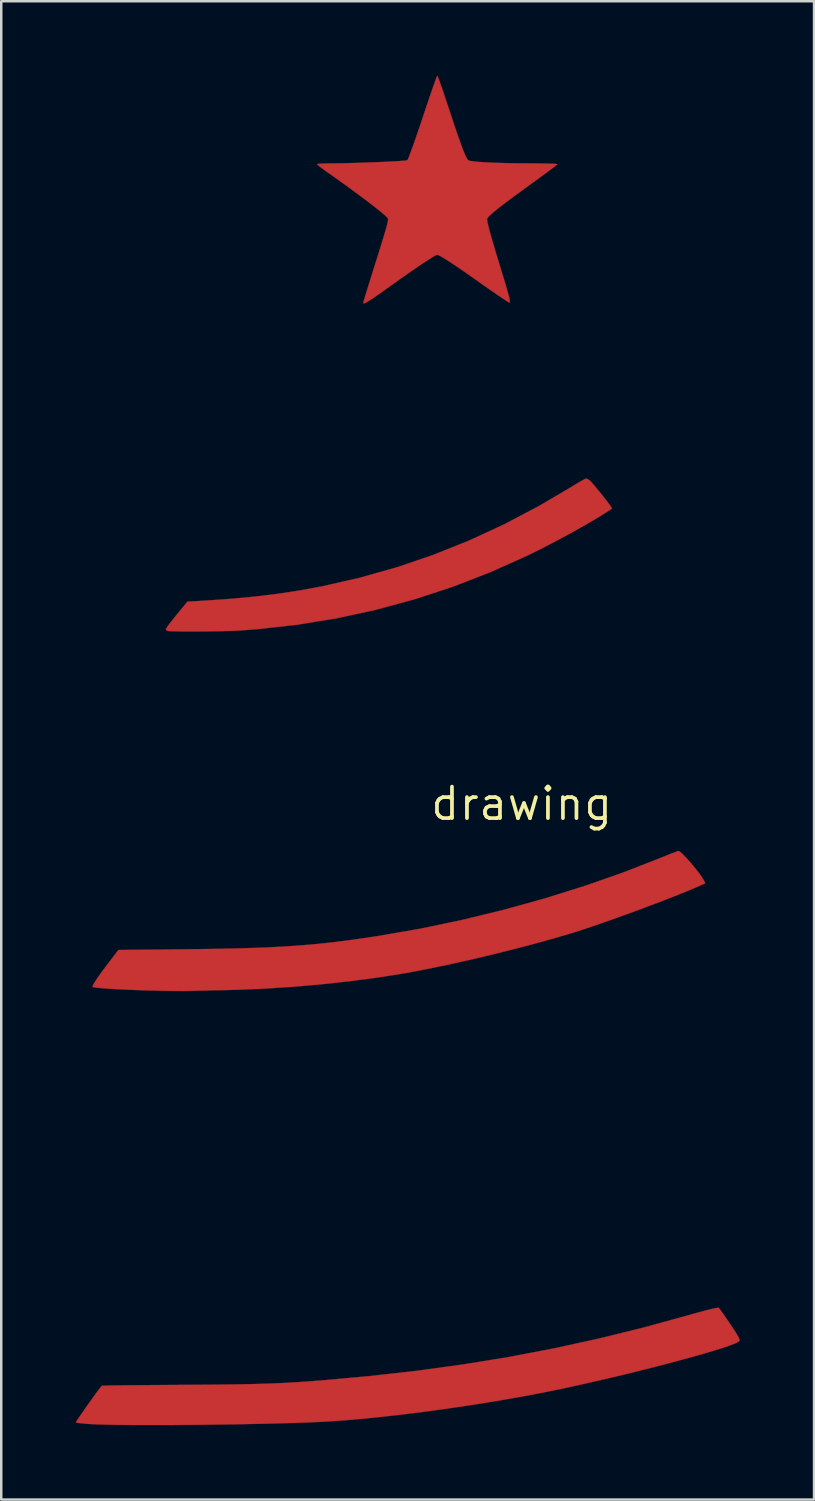
<source format=kicad_pcb>
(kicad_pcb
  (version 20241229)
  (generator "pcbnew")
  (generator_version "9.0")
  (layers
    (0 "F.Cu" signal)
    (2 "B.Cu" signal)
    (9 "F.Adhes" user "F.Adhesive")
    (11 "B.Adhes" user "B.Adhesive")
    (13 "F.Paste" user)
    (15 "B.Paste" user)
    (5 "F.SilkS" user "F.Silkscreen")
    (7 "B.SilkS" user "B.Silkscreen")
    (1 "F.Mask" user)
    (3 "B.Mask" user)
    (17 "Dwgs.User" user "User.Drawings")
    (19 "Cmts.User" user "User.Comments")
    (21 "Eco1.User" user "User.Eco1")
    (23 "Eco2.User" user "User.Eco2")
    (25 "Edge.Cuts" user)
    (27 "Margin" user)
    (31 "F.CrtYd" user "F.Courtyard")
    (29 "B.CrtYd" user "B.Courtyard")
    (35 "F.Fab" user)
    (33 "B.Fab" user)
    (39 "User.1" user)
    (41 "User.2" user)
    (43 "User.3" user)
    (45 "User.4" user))
  (footprint "drawing"
    (layer "F.Cu")
    (at 17.989 29.363)
    (property "Reference" "drawing" (at 0 0 0) (layer "F.SilkS") (effects (font (size 1.27 1.27) (thickness 0.15))))
    (attr through_hole)
    (fp_poly (pts (xy 2.656 -13.096) (xy 2.748 -13.037) (xy 2.755 -13.031) (xy 2.824 -12.957) (xy 2.931 -12.833) (xy 3.061 -12.676) (xy 3.202 -12.503) (xy 3.339 -12.33) (xy 3.458 -12.174) (xy 3.547 -12.054) (xy 3.572 -12.017) (xy 3.644 -11.905) (xy 3.357 -11.718) (xy 3.1 -11.556) (xy 2.781 -11.367) (xy 2.414 -11.157) (xy 2.015 -10.934) (xy 1.597 -10.707) (xy 1.175 -10.484) (xy 0.764 -10.272) (xy 0.378 -10.08) (xy 0.233 -10.009) (xy -1.258 -9.341) (xy -2.774 -8.753) (xy -4.314 -8.247) (xy -5.878 -7.822) (xy -7.464 -7.478) (xy -9.072 -7.216) (xy -10.701 -7.036) (xy -11.366 -6.986) (xy -11.563 -6.976) (xy -11.81 -6.967) (xy -12.093 -6.96) (xy -12.4 -6.954) (xy -12.72 -6.95) (xy -13.04 -6.947) (xy -13.349 -6.946) (xy -13.634 -6.947) (xy -13.883 -6.95) (xy -14.084 -6.955) (xy -14.226 -6.961) (xy -14.296 -6.97) (xy -14.298 -6.971) (xy -14.347 -7.022) (xy -14.351 -7.041) (xy -14.325 -7.089) (xy -14.254 -7.19) (xy -14.146 -7.332) (xy -14.012 -7.501) (xy -13.916 -7.62) (xy -13.482 -8.149) (xy -12.636 -8.2) (xy -11.636 -8.271) (xy -10.7 -8.36) (xy -9.807 -8.47) (xy -8.939 -8.604) (xy -8.074 -8.764) (xy -8.065 -8.765) (xy -6.532 -9.113) (xy -5.032 -9.536) (xy -3.561 -10.037) (xy -2.116 -10.616) (xy -0.693 -11.275) (xy 0.711 -12.016) (xy 1.859 -12.691) (xy 2.073 -12.821) (xy 2.265 -12.936) (xy 2.422 -13.027) (xy 2.532 -13.088) (xy 2.58 -13.111) (xy 2.656 -13.096)) (stroke (width 0.01) (type solid)) (fill yes) (layer "F.Cu"))
    (fp_poly (pts (xy 6.385 1.937) (xy 6.484 2.024) (xy 6.611 2.154) (xy 6.756 2.314) (xy 6.907 2.491) (xy 7.054 2.673) (xy 7.186 2.846) (xy 7.29 2.998) (xy 7.347 3.095) (xy 7.406 3.209) (xy 7.016 3.38) (xy 6.69 3.517) (xy 6.297 3.676) (xy 5.852 3.851) (xy 5.369 4.036) (xy 4.861 4.227) (xy 4.342 4.418) (xy 3.826 4.604) (xy 3.328 4.781) (xy 2.861 4.942) (xy 2.44 5.083) (xy 2.077 5.199) (xy 2.011 5.22) (xy 1.301 5.428) (xy 0.536 5.64) (xy -0.268 5.852) (xy -1.094 6.058) (xy -1.923 6.256) (xy -2.74 6.44) (xy -3.526 6.607) (xy -4.264 6.753) (xy -4.847 6.858) (xy -5.867 7.018) (xy -6.948 7.159) (xy -8.065 7.281) (xy -9.195 7.38) (xy -10.316 7.454) (xy -11.404 7.502) (xy -11.917 7.515) (xy -12.244 7.521) (xy -12.565 7.528) (xy -12.863 7.535) (xy -13.122 7.541) (xy -13.327 7.546) (xy -13.441 7.549) (xy -13.587 7.552) (xy -13.801 7.551) (xy -14.069 7.549) (xy -14.374 7.545) (xy -14.7 7.538) (xy -15.007 7.531) (xy -15.388 7.519) (xy -15.76 7.505) (xy -16.113 7.489) (xy -16.439 7.472) (xy -16.727 7.454) (xy -16.968 7.436) (xy -17.151 7.418) (xy -17.267 7.401) (xy -17.305 7.389) (xy -17.298 7.338) (xy -17.239 7.226) (xy -17.13 7.057) (xy -16.975 6.836) (xy -16.775 6.566) (xy -16.687 6.45) (xy -16.264 5.898) (xy -13.688 5.871) (xy -12.85 5.861) (xy -12.086 5.848) (xy -11.389 5.832) (xy -10.748 5.813) (xy -10.155 5.789) (xy -9.6 5.76) (xy -9.073 5.725) (xy -8.566 5.685) (xy -8.068 5.637) (xy -7.572 5.582) (xy -7.066 5.518) (xy -6.543 5.446) (xy -5.992 5.365) (xy -5.779 5.332) (xy -4.109 5.043) (xy -2.428 4.692) (xy -0.75 4.285) (xy 0.91 3.825) (xy 2.539 3.316) (xy 4.121 2.763) (xy 5.641 2.168) (xy 5.71 2.14) (xy 5.915 2.056) (xy 6.094 1.986) (xy 6.231 1.934) (xy 6.312 1.907) (xy 6.325 1.905) (xy 6.385 1.937)) (stroke (width 0.01) (type solid)) (fill yes) (layer "F.Cu"))
    (fp_poly (pts (xy 7.944 20.329) (xy 7.983 20.375) (xy 8.06 20.479) (xy 8.166 20.629) (xy 8.294 20.814) (xy 8.407 20.982) (xy 8.561 21.213) (xy 8.671 21.386) (xy 8.741 21.509) (xy 8.778 21.592) (xy 8.785 21.645) (xy 8.778 21.667) (xy 8.713 21.715) (xy 8.572 21.78) (xy 8.36 21.859) (xy 8.085 21.952) (xy 7.752 22.056) (xy 7.367 22.17) (xy 6.937 22.292) (xy 6.468 22.421) (xy 5.966 22.556) (xy 5.438 22.693) (xy 4.889 22.832) (xy 4.326 22.972) (xy 3.755 23.11) (xy 3.182 23.244) (xy 2.614 23.374) (xy 2.057 23.498) (xy 1.517 23.613) (xy 1 23.719) (xy 0.96 23.727) (xy 0.077 23.895) (xy -0.84 24.057) (xy -1.776 24.21) (xy -2.72 24.353) (xy -3.661 24.485) (xy -4.586 24.604) (xy -5.482 24.708) (xy -6.339 24.796) (xy -7.143 24.866) (xy -7.883 24.917) (xy -8.191 24.933) (xy -8.653 24.952) (xy -9.164 24.97) (xy -9.716 24.986) (xy -10.3 25.001) (xy -10.909 25.014) (xy -11.536 25.026) (xy -12.171 25.035) (xy -12.808 25.043) (xy -13.439 25.049) (xy -14.054 25.054) (xy -14.648 25.056) (xy -15.211 25.056) (xy -15.735 25.054) (xy -16.214 25.049) (xy -16.638 25.043) (xy -17 25.034) (xy -17.293 25.022) (xy -17.483 25.011) (xy -17.676 24.994) (xy -17.835 24.978) (xy -17.944 24.965) (xy -17.984 24.956) (xy -17.965 24.919) (xy -17.905 24.826) (xy -17.812 24.689) (xy -17.696 24.521) (xy -17.564 24.332) (xy -17.425 24.137) (xy -17.289 23.946) (xy -17.163 23.772) (xy -17.057 23.628) (xy -16.978 23.525) (xy -16.936 23.476) (xy -16.934 23.474) (xy -16.887 23.471) (xy -16.763 23.467) (xy -16.567 23.463) (xy -16.306 23.459) (xy -15.987 23.455) (xy -15.616 23.451) (xy -15.2 23.447) (xy -14.746 23.444) (xy -14.261 23.44) (xy -13.75 23.437) (xy -13.71 23.437) (xy -13.006 23.433) (xy -12.376 23.428) (xy -11.812 23.421) (xy -11.305 23.413) (xy -10.844 23.404) (xy -10.421 23.392) (xy -10.026 23.378) (xy -9.65 23.362) (xy -9.282 23.342) (xy -8.915 23.319) (xy -8.538 23.293) (xy -8.141 23.262) (xy -8.128 23.261) (xy -6.134 23.082) (xy -4.205 22.865) (xy -2.328 22.607) (xy -0.491 22.307) (xy 1.318 21.961) (xy 3.111 21.569) (xy 4.901 21.127) (xy 6.668 20.643) (xy 7.04 20.538) (xy 7.356 20.452) (xy 7.609 20.388) (xy 7.795 20.345) (xy 7.909 20.327) (xy 7.944 20.329)) (stroke (width 0.01) (type solid)) (fill yes) (layer "F.Cu"))
    (fp_poly (pts (xy -3.384 -29.32) (xy -3.341 -29.211) (xy -3.28 -29.042) (xy -3.203 -28.822) (xy -3.116 -28.564) (xy -3.02 -28.276) (xy -3.007 -28.236) (xy -2.836 -27.719) (xy -2.689 -27.278) (xy -2.562 -26.909) (xy -2.454 -26.607) (xy -2.365 -26.367) (xy -2.291 -26.186) (xy -2.231 -26.058) (xy -2.184 -25.979) (xy -2.15 -25.946) (xy -2.064 -25.922) (xy -1.9 -25.9) (xy -1.669 -25.88) (xy -1.378 -25.862) (xy -1.036 -25.847) (xy -0.65 -25.836) (xy -0.23 -25.828) (xy 0.217 -25.825) (xy 0.307 -25.824) (xy 0.607 -25.823) (xy 0.876 -25.82) (xy 1.105 -25.814) (xy 1.282 -25.808) (xy 1.397 -25.8) (xy 1.438 -25.792) (xy 1.438 -25.792) (xy 1.405 -25.76) (xy 1.311 -25.685) (xy 1.166 -25.574) (xy 0.978 -25.434) (xy 0.755 -25.27) (xy 0.507 -25.09) (xy 0.454 -25.051) (xy 0.015 -24.733) (xy -0.358 -24.46) (xy -0.667 -24.228) (xy -0.917 -24.036) (xy -1.11 -23.88) (xy -1.251 -23.757) (xy -1.343 -23.665) (xy -1.39 -23.6) (xy -1.397 -23.574) (xy -1.388 -23.489) (xy -1.359 -23.351) (xy -1.31 -23.156) (xy -1.24 -22.899) (xy -1.146 -22.575) (xy -1.028 -22.181) (xy -0.885 -21.711) (xy -0.872 -21.667) (xy -0.751 -21.273) (xy -0.655 -20.954) (xy -0.581 -20.701) (xy -0.528 -20.509) (xy -0.493 -20.37) (xy -0.477 -20.279) (xy -0.476 -20.227) (xy -0.489 -20.208) (xy -0.513 -20.215) (xy -0.628 -20.287) (xy -0.802 -20.402) (xy -1.023 -20.552) (xy -1.28 -20.729) (xy -1.563 -20.927) (xy -1.86 -21.138) (xy -1.905 -21.169) (xy -2.214 -21.387) (xy -2.505 -21.587) (xy -2.769 -21.765) (xy -2.998 -21.914) (xy -3.185 -22.029) (xy -3.321 -22.106) (xy -3.398 -22.139) (xy -3.406 -22.14) (xy -3.468 -22.116) (xy -3.591 -22.046) (xy -3.77 -21.934) (xy -3.998 -21.784) (xy -4.268 -21.602) (xy -4.575 -21.39) (xy -4.911 -21.154) (xy -5.237 -20.922) (xy -5.561 -20.691) (xy -5.823 -20.507) (xy -6.028 -20.367) (xy -6.181 -20.268) (xy -6.289 -20.206) (xy -6.356 -20.177) (xy -6.388 -20.179) (xy -6.392 -20.192) (xy -6.38 -20.242) (xy -6.345 -20.363) (xy -6.29 -20.544) (xy -6.219 -20.775) (xy -6.135 -21.046) (xy -6.04 -21.347) (xy -5.994 -21.495) (xy -5.843 -21.972) (xy -5.718 -22.374) (xy -5.615 -22.707) (xy -5.534 -22.977) (xy -5.472 -23.19) (xy -5.429 -23.353) (xy -5.401 -23.47) (xy -5.389 -23.548) (xy -5.389 -23.592) (xy -5.391 -23.598) (xy -5.438 -23.657) (xy -5.548 -23.758) (xy -5.714 -23.897) (xy -5.93 -24.069) (xy -6.188 -24.269) (xy -6.483 -24.492) (xy -6.807 -24.732) (xy -7.155 -24.985) (xy -7.518 -25.245) (xy -7.862 -25.487) (xy -8.017 -25.599) (xy -8.144 -25.694) (xy -8.227 -25.763) (xy -8.253 -25.792) (xy -8.214 -25.803) (xy -8.106 -25.813) (xy -7.944 -25.82) (xy -7.744 -25.823) (xy -7.696 -25.823) (xy -7.453 -25.825) (xy -7.17 -25.83) (xy -6.859 -25.838) (xy -6.53 -25.847) (xy -6.195 -25.859) (xy -5.864 -25.872) (xy -5.55 -25.885) (xy -5.263 -25.9) (xy -5.015 -25.913) (xy -4.818 -25.927) (xy -4.681 -25.939) (xy -4.617 -25.95) (xy -4.615 -25.951) (xy -4.587 -25.998) (xy -4.536 -26.119) (xy -4.465 -26.307) (xy -4.375 -26.553) (xy -4.271 -26.85) (xy -4.153 -27.192) (xy -4.025 -27.571) (xy -3.992 -27.672) (xy -3.872 -28.032) (xy -3.76 -28.365) (xy -3.657 -28.664) (xy -3.569 -28.92) (xy -3.496 -29.125) (xy -3.442 -29.27) (xy -3.411 -29.347) (xy -3.404 -29.358) (xy -3.384 -29.32)) (stroke (width 0.01) (type solid)) (fill yes) (layer "F.Cu"))
    (fp_poly (pts (xy 2.656 -13.096) (xy 2.748 -13.037) (xy 2.755 -13.031) (xy 2.824 -12.957) (xy 2.931 -12.833) (xy 3.061 -12.676) (xy 3.202 -12.503) (xy 3.339 -12.33) (xy 3.458 -12.174) (xy 3.547 -12.054) (xy 3.572 -12.017) (xy 3.644 -11.905) (xy 3.357 -11.718) (xy 3.1 -11.556) (xy 2.781 -11.367) (xy 2.414 -11.157) (xy 2.015 -10.934) (xy 1.597 -10.707) (xy 1.175 -10.484) (xy 0.764 -10.272) (xy 0.378 -10.08) (xy 0.233 -10.009) (xy -1.258 -9.341) (xy -2.774 -8.753) (xy -4.314 -8.247) (xy -5.878 -7.822) (xy -7.464 -7.478) (xy -9.072 -7.216) (xy -10.701 -7.036) (xy -11.366 -6.986) (xy -11.563 -6.976) (xy -11.81 -6.967) (xy -12.093 -6.96) (xy -12.4 -6.954) (xy -12.72 -6.95) (xy -13.04 -6.947) (xy -13.349 -6.946) (xy -13.634 -6.947) (xy -13.883 -6.95) (xy -14.084 -6.955) (xy -14.226 -6.961) (xy -14.296 -6.97) (xy -14.298 -6.971) (xy -14.347 -7.022) (xy -14.351 -7.041) (xy -14.325 -7.089) (xy -14.254 -7.19) (xy -14.146 -7.332) (xy -14.012 -7.501) (xy -13.916 -7.62) (xy -13.482 -8.149) (xy -12.636 -8.2) (xy -11.636 -8.271) (xy -10.7 -8.36) (xy -9.807 -8.47) (xy -8.939 -8.604) (xy -8.074 -8.764) (xy -8.065 -8.765) (xy -6.532 -9.113) (xy -5.032 -9.536) (xy -3.561 -10.037) (xy -2.116 -10.616) (xy -0.693 -11.275) (xy 0.711 -12.016) (xy 1.859 -12.691) (xy 2.073 -12.821) (xy 2.265 -12.936) (xy 2.422 -13.027) (xy 2.532 -13.088) (xy 2.58 -13.111) (xy 2.656 -13.096)) (stroke (width 0.01) (type solid)) (fill yes) (layer "F.Mask"))
    (fp_poly (pts (xy 6.385 1.937) (xy 6.484 2.024) (xy 6.611 2.154) (xy 6.756 2.314) (xy 6.907 2.491) (xy 7.054 2.673) (xy 7.186 2.846) (xy 7.29 2.998) (xy 7.347 3.095) (xy 7.406 3.209) (xy 7.016 3.38) (xy 6.69 3.517) (xy 6.297 3.676) (xy 5.852 3.851) (xy 5.369 4.036) (xy 4.861 4.227) (xy 4.342 4.418) (xy 3.826 4.604) (xy 3.328 4.781) (xy 2.861 4.942) (xy 2.44 5.083) (xy 2.077 5.199) (xy 2.011 5.22) (xy 1.301 5.428) (xy 0.536 5.64) (xy -0.268 5.852) (xy -1.094 6.058) (xy -1.923 6.256) (xy -2.74 6.44) (xy -3.526 6.607) (xy -4.264 6.753) (xy -4.847 6.858) (xy -5.867 7.018) (xy -6.948 7.159) (xy -8.065 7.281) (xy -9.195 7.38) (xy -10.316 7.454) (xy -11.404 7.502) (xy -11.917 7.515) (xy -12.244 7.521) (xy -12.565 7.528) (xy -12.863 7.535) (xy -13.122 7.541) (xy -13.327 7.546) (xy -13.441 7.549) (xy -13.587 7.552) (xy -13.801 7.551) (xy -14.069 7.549) (xy -14.374 7.545) (xy -14.7 7.538) (xy -15.007 7.531) (xy -15.388 7.519) (xy -15.76 7.505) (xy -16.113 7.489) (xy -16.439 7.472) (xy -16.727 7.454) (xy -16.968 7.436) (xy -17.151 7.418) (xy -17.267 7.401) (xy -17.305 7.389) (xy -17.298 7.338) (xy -17.239 7.226) (xy -17.13 7.057) (xy -16.975 6.836) (xy -16.775 6.566) (xy -16.687 6.45) (xy -16.264 5.898) (xy -13.688 5.871) (xy -12.85 5.861) (xy -12.086 5.848) (xy -11.389 5.832) (xy -10.748 5.813) (xy -10.155 5.789) (xy -9.6 5.76) (xy -9.073 5.725) (xy -8.566 5.685) (xy -8.068 5.637) (xy -7.572 5.582) (xy -7.066 5.518) (xy -6.543 5.446) (xy -5.992 5.365) (xy -5.779 5.332) (xy -4.109 5.043) (xy -2.428 4.692) (xy -0.75 4.285) (xy 0.91 3.825) (xy 2.539 3.316) (xy 4.121 2.763) (xy 5.641 2.168) (xy 5.71 2.14) (xy 5.915 2.056) (xy 6.094 1.986) (xy 6.231 1.934) (xy 6.312 1.907) (xy 6.325 1.905) (xy 6.385 1.937)) (stroke (width 0.01) (type solid)) (fill yes) (layer "F.Mask"))
    (fp_poly (pts (xy 7.944 20.329) (xy 7.983 20.375) (xy 8.06 20.479) (xy 8.166 20.629) (xy 8.294 20.814) (xy 8.407 20.982) (xy 8.561 21.213) (xy 8.671 21.386) (xy 8.741 21.509) (xy 8.778 21.592) (xy 8.785 21.645) (xy 8.778 21.667) (xy 8.713 21.715) (xy 8.572 21.78) (xy 8.36 21.859) (xy 8.085 21.952) (xy 7.752 22.056) (xy 7.367 22.17) (xy 6.937 22.292) (xy 6.468 22.421) (xy 5.966 22.556) (xy 5.438 22.693) (xy 4.889 22.832) (xy 4.326 22.972) (xy 3.755 23.11) (xy 3.182 23.244) (xy 2.614 23.374) (xy 2.057 23.498) (xy 1.517 23.613) (xy 1 23.719) (xy 0.96 23.727) (xy 0.077 23.895) (xy -0.84 24.057) (xy -1.776 24.21) (xy -2.72 24.353) (xy -3.661 24.485) (xy -4.586 24.604) (xy -5.482 24.708) (xy -6.339 24.796) (xy -7.143 24.866) (xy -7.883 24.917) (xy -8.191 24.933) (xy -8.653 24.952) (xy -9.164 24.97) (xy -9.716 24.986) (xy -10.3 25.001) (xy -10.909 25.014) (xy -11.536 25.026) (xy -12.171 25.035) (xy -12.808 25.043) (xy -13.439 25.049) (xy -14.054 25.054) (xy -14.648 25.056) (xy -15.211 25.056) (xy -15.735 25.054) (xy -16.214 25.049) (xy -16.638 25.043) (xy -17 25.034) (xy -17.293 25.022) (xy -17.483 25.011) (xy -17.676 24.994) (xy -17.835 24.978) (xy -17.944 24.965) (xy -17.984 24.956) (xy -17.965 24.919) (xy -17.905 24.826) (xy -17.812 24.689) (xy -17.696 24.521) (xy -17.564 24.332) (xy -17.425 24.137) (xy -17.289 23.946) (xy -17.163 23.772) (xy -17.057 23.628) (xy -16.978 23.525) (xy -16.936 23.476) (xy -16.934 23.474) (xy -16.887 23.471) (xy -16.763 23.467) (xy -16.567 23.463) (xy -16.306 23.459) (xy -15.987 23.455) (xy -15.616 23.451) (xy -15.2 23.447) (xy -14.746 23.444) (xy -14.261 23.44) (xy -13.75 23.437) (xy -13.71 23.437) (xy -13.006 23.433) (xy -12.376 23.428) (xy -11.812 23.421) (xy -11.305 23.413) (xy -10.844 23.404) (xy -10.421 23.392) (xy -10.026 23.378) (xy -9.65 23.362) (xy -9.282 23.342) (xy -8.915 23.319) (xy -8.538 23.293) (xy -8.141 23.262) (xy -8.128 23.261) (xy -6.134 23.082) (xy -4.205 22.865) (xy -2.328 22.607) (xy -0.491 22.307) (xy 1.318 21.961) (xy 3.111 21.569) (xy 4.901 21.127) (xy 6.668 20.643) (xy 7.04 20.538) (xy 7.356 20.452) (xy 7.609 20.388) (xy 7.795 20.345) (xy 7.909 20.327) (xy 7.944 20.329)) (stroke (width 0.01) (type solid)) (fill yes) (layer "F.Mask"))
    (fp_poly (pts (xy -3.384 -29.32) (xy -3.341 -29.211) (xy -3.28 -29.042) (xy -3.203 -28.822) (xy -3.116 -28.564) (xy -3.02 -28.276) (xy -3.007 -28.236) (xy -2.836 -27.719) (xy -2.689 -27.278) (xy -2.562 -26.909) (xy -2.454 -26.607) (xy -2.365 -26.367) (xy -2.291 -26.186) (xy -2.231 -26.058) (xy -2.184 -25.979) (xy -2.15 -25.946) (xy -2.064 -25.922) (xy -1.9 -25.9) (xy -1.669 -25.88) (xy -1.378 -25.862) (xy -1.036 -25.847) (xy -0.65 -25.836) (xy -0.23 -25.828) (xy 0.217 -25.825) (xy 0.307 -25.824) (xy 0.607 -25.823) (xy 0.876 -25.82) (xy 1.105 -25.814) (xy 1.282 -25.808) (xy 1.397 -25.8) (xy 1.438 -25.792) (xy 1.438 -25.792) (xy 1.405 -25.76) (xy 1.311 -25.685) (xy 1.166 -25.574) (xy 0.978 -25.434) (xy 0.755 -25.27) (xy 0.507 -25.09) (xy 0.454 -25.051) (xy 0.015 -24.733) (xy -0.358 -24.46) (xy -0.667 -24.228) (xy -0.917 -24.036) (xy -1.11 -23.88) (xy -1.251 -23.757) (xy -1.343 -23.665) (xy -1.39 -23.6) (xy -1.397 -23.574) (xy -1.388 -23.489) (xy -1.359 -23.351) (xy -1.31 -23.156) (xy -1.24 -22.899) (xy -1.146 -22.575) (xy -1.028 -22.181) (xy -0.885 -21.711) (xy -0.872 -21.667) (xy -0.751 -21.273) (xy -0.655 -20.954) (xy -0.581 -20.701) (xy -0.528 -20.509) (xy -0.493 -20.37) (xy -0.477 -20.279) (xy -0.476 -20.227) (xy -0.489 -20.208) (xy -0.513 -20.215) (xy -0.628 -20.287) (xy -0.802 -20.402) (xy -1.023 -20.552) (xy -1.28 -20.729) (xy -1.563 -20.927) (xy -1.86 -21.138) (xy -1.905 -21.169) (xy -2.214 -21.387) (xy -2.505 -21.587) (xy -2.769 -21.765) (xy -2.998 -21.914) (xy -3.185 -22.029) (xy -3.321 -22.106) (xy -3.398 -22.139) (xy -3.406 -22.14) (xy -3.468 -22.116) (xy -3.591 -22.046) (xy -3.77 -21.934) (xy -3.998 -21.784) (xy -4.268 -21.602) (xy -4.575 -21.39) (xy -4.911 -21.154) (xy -5.237 -20.922) (xy -5.561 -20.691) (xy -5.823 -20.507) (xy -6.028 -20.367) (xy -6.181 -20.268) (xy -6.289 -20.206) (xy -6.356 -20.177) (xy -6.388 -20.179) (xy -6.392 -20.192) (xy -6.38 -20.242) (xy -6.345 -20.363) (xy -6.29 -20.544) (xy -6.219 -20.775) (xy -6.135 -21.046) (xy -6.04 -21.347) (xy -5.994 -21.495) (xy -5.843 -21.972) (xy -5.718 -22.374) (xy -5.615 -22.707) (xy -5.534 -22.977) (xy -5.472 -23.19) (xy -5.429 -23.353) (xy -5.401 -23.47) (xy -5.389 -23.548) (xy -5.389 -23.592) (xy -5.391 -23.598) (xy -5.438 -23.657) (xy -5.548 -23.758) (xy -5.714 -23.897) (xy -5.93 -24.069) (xy -6.188 -24.269) (xy -6.483 -24.492) (xy -6.807 -24.732) (xy -7.155 -24.985) (xy -7.518 -25.245) (xy -7.862 -25.487) (xy -8.017 -25.599) (xy -8.144 -25.694) (xy -8.227 -25.763) (xy -8.253 -25.792) (xy -8.214 -25.803) (xy -8.106 -25.813) (xy -7.944 -25.82) (xy -7.744 -25.823) (xy -7.696 -25.823) (xy -7.453 -25.825) (xy -7.17 -25.83) (xy -6.859 -25.838) (xy -6.53 -25.847) (xy -6.195 -25.859) (xy -5.864 -25.872) (xy -5.55 -25.885) (xy -5.263 -25.9) (xy -5.015 -25.913) (xy -4.818 -25.927) (xy -4.681 -25.939) (xy -4.617 -25.95) (xy -4.615 -25.951) (xy -4.587 -25.998) (xy -4.536 -26.119) (xy -4.465 -26.307) (xy -4.375 -26.553) (xy -4.271 -26.85) (xy -4.153 -27.192) (xy -4.025 -27.571) (xy -3.992 -27.672) (xy -3.872 -28.032) (xy -3.76 -28.365) (xy -3.657 -28.664) (xy -3.569 -28.92) (xy -3.496 -29.125) (xy -3.442 -29.27) (xy -3.411 -29.347) (xy -3.404 -29.358) (xy -3.384 -29.32)) (stroke (width 0.01) (type solid)) (fill yes) (layer "F.Mask")))
  (gr_rect
    (start -3 -3)
    (end 29.779 57.424)
    (stroke (width 0.1) (type default))
    (fill no)
    (layer "Edge.Cuts")))
</source>
